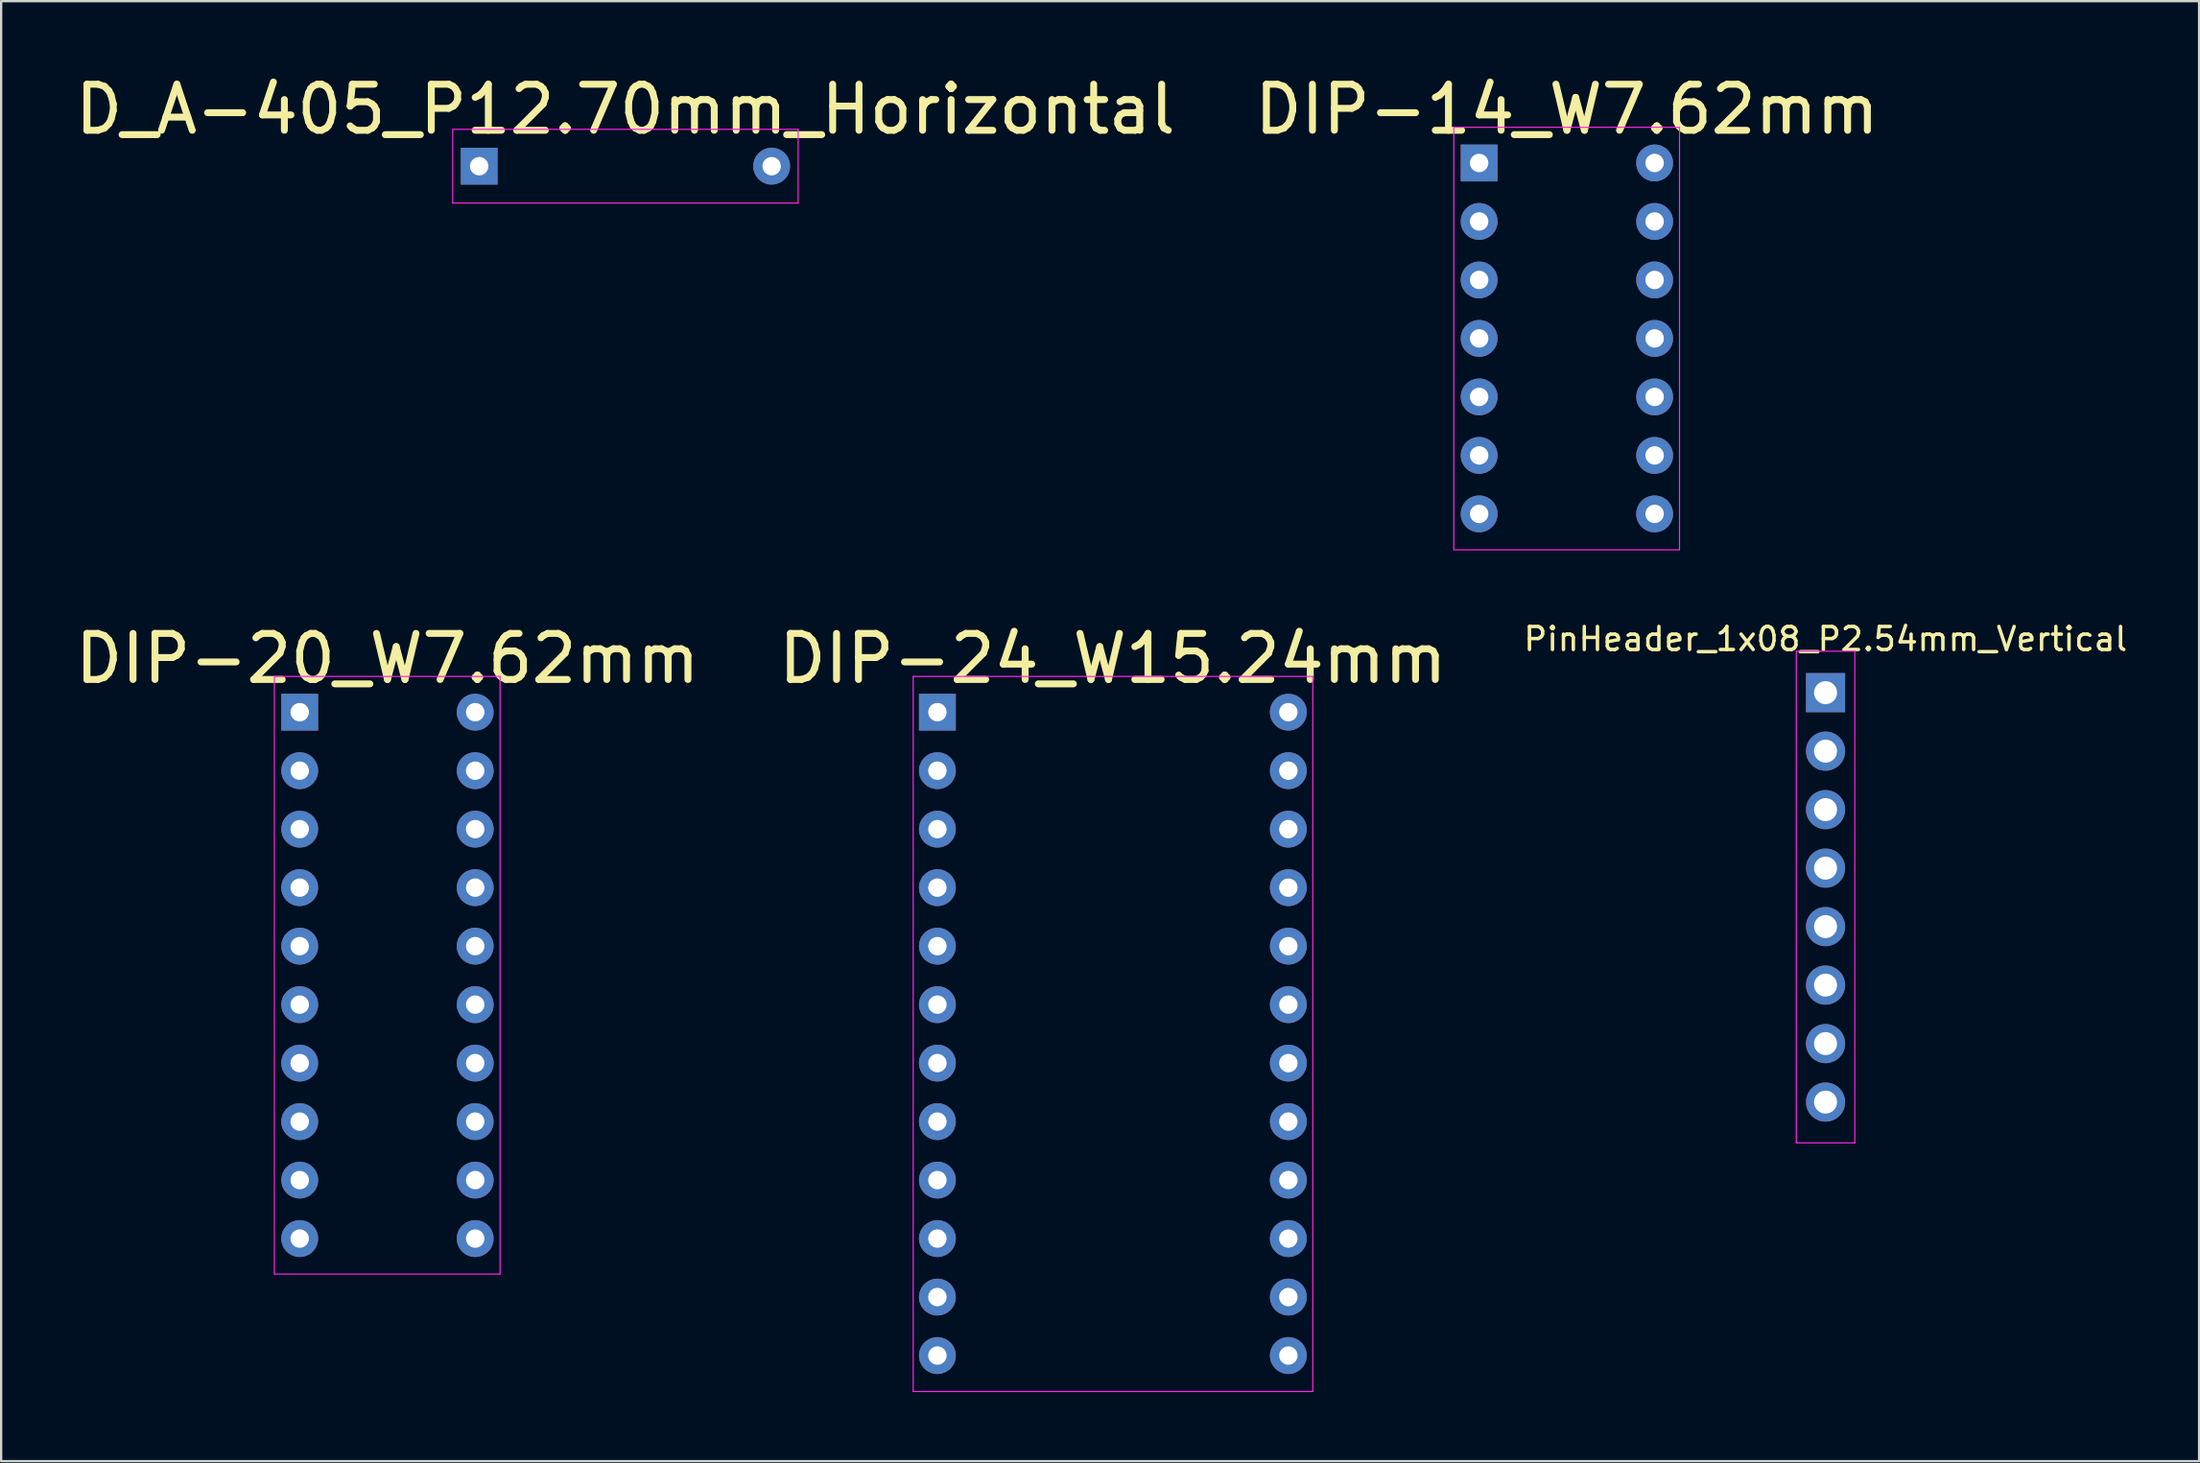
<source format=kicad_pcb>
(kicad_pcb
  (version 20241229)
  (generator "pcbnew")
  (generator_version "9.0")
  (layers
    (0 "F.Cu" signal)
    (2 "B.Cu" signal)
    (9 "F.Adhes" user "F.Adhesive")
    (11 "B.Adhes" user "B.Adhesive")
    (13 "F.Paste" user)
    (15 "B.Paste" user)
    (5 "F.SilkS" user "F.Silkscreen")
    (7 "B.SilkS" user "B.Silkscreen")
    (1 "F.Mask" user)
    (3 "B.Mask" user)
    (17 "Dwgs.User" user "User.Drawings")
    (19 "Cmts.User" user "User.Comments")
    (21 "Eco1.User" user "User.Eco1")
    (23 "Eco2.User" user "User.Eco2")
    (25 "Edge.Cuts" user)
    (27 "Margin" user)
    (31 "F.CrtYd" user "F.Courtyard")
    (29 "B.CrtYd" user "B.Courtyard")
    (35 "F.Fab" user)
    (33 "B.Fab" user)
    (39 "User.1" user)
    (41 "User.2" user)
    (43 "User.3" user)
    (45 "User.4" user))
  (footprint "DIP-24_W15.24mm"
    (layer "F.Cu")
    (at 37.654 27.878)
    (property "Reference" "DIP-24_W15.24mm" (at 7.62 -2.33 0) (layer "F.SilkS") (effects (font (size 2 2) (thickness 0.3))))
    (attr through_hole)
    (fp_line (start -1.05 -1.55) (end -1.05 29.5) (stroke (width 0.05) (type solid)) (layer "F.CrtYd"))
    (fp_line (start -1.05 29.5) (end 16.3 29.5) (stroke (width 0.05) (type solid)) (layer "F.CrtYd"))
    (fp_line (start 16.3 -1.55) (end -1.05 -1.55) (stroke (width 0.05) (type solid)) (layer "F.CrtYd"))
    (fp_line (start 16.3 29.5) (end 16.3 -1.55) (stroke (width 0.05) (type solid)) (layer "F.CrtYd"))
    (pad "1" thru_hole rect (at 0 0) (size 1.6 1.6) (drill 0.8) (layers "*.Cu" "*.Mask"))
    (pad "2" thru_hole oval (at 0 2.54) (size 1.6 1.6) (drill 0.8) (layers "*.Cu" "*.Mask"))
    (pad "3" thru_hole oval (at 0 5.08) (size 1.6 1.6) (drill 0.8) (layers "*.Cu" "*.Mask"))
    (pad "4" thru_hole oval (at 0 7.62) (size 1.6 1.6) (drill 0.8) (layers "*.Cu" "*.Mask"))
    (pad "5" thru_hole oval (at 0 10.16) (size 1.6 1.6) (drill 0.8) (layers "*.Cu" "*.Mask"))
    (pad "6" thru_hole oval (at 0 12.7) (size 1.6 1.6) (drill 0.8) (layers "*.Cu" "*.Mask"))
    (pad "7" thru_hole oval (at 0 15.24) (size 1.6 1.6) (drill 0.8) (layers "*.Cu" "*.Mask"))
    (pad "8" thru_hole oval (at 0 17.78) (size 1.6 1.6) (drill 0.8) (layers "*.Cu" "*.Mask"))
    (pad "9" thru_hole oval (at 0 20.32) (size 1.6 1.6) (drill 0.8) (layers "*.Cu" "*.Mask"))
    (pad "10" thru_hole oval (at 0 22.86) (size 1.6 1.6) (drill 0.8) (layers "*.Cu" "*.Mask"))
    (pad "11" thru_hole oval (at 0 25.4) (size 1.6 1.6) (drill 0.8) (layers "*.Cu" "*.Mask"))
    (pad "12" thru_hole oval (at 0 27.94) (size 1.6 1.6) (drill 0.8) (layers "*.Cu" "*.Mask"))
    (pad "13" thru_hole oval (at 15.24 27.94) (size 1.6 1.6) (drill 0.8) (layers "*.Cu" "*.Mask"))
    (pad "14" thru_hole oval (at 15.24 25.4) (size 1.6 1.6) (drill 0.8) (layers "*.Cu" "*.Mask"))
    (pad "15" thru_hole oval (at 15.24 22.86) (size 1.6 1.6) (drill 0.8) (layers "*.Cu" "*.Mask"))
    (pad "16" thru_hole oval (at 15.24 20.32) (size 1.6 1.6) (drill 0.8) (layers "*.Cu" "*.Mask"))
    (pad "17" thru_hole oval (at 15.24 17.78) (size 1.6 1.6) (drill 0.8) (layers "*.Cu" "*.Mask"))
    (pad "18" thru_hole oval (at 15.24 15.24) (size 1.6 1.6) (drill 0.8) (layers "*.Cu" "*.Mask"))
    (pad "19" thru_hole oval (at 15.24 12.7) (size 1.6 1.6) (drill 0.8) (layers "*.Cu" "*.Mask"))
    (pad "20" thru_hole oval (at 15.24 10.16) (size 1.6 1.6) (drill 0.8) (layers "*.Cu" "*.Mask"))
    (pad "21" thru_hole oval (at 15.24 7.62) (size 1.6 1.6) (drill 0.8) (layers "*.Cu" "*.Mask"))
    (pad "22" thru_hole oval (at 15.24 5.08) (size 1.6 1.6) (drill 0.8) (layers "*.Cu" "*.Mask"))
    (pad "23" thru_hole oval (at 15.24 2.54) (size 1.6 1.6) (drill 0.8) (layers "*.Cu" "*.Mask"))
    (pad "24" thru_hole oval (at 15.24 0) (size 1.6 1.6) (drill 0.8) (layers "*.Cu" "*.Mask")))
  (footprint "PinHeader_1x08_P2.54mm_Vertical"
    (layer "F.Cu")
    (at 76.22 27.03)
    (property "Reference" "PinHeader_1x08_P2.54mm_Vertical" (at 0 -2.33 0) (layer "F.SilkS") (effects (font (size 1 1) (thickness 0.15))))
    (attr through_hole)
    (fp_line (start -1.27 -1.8) (end -1.27 19.55) (stroke (width 0.05) (type solid)) (layer "F.CrtYd"))
    (fp_line (start -1.27 19.55) (end 1.27 19.55) (stroke (width 0.05) (type solid)) (layer "F.CrtYd"))
    (fp_line (start 1.27 -1.8) (end -1.27 -1.8) (stroke (width 0.05) (type solid)) (layer "F.CrtYd"))
    (fp_line (start 1.27 19.55) (end 1.27 -1.8) (stroke (width 0.05) (type solid)) (layer "F.CrtYd"))
    (pad "1" thru_hole rect (at 0 0) (size 1.7 1.7) (drill 1) (layers "*.Cu" "*.Mask"))
    (pad "2" thru_hole oval (at 0 2.54) (size 1.7 1.7) (drill 1) (layers "*.Cu" "*.Mask"))
    (pad "3" thru_hole oval (at 0 5.08) (size 1.7 1.7) (drill 1) (layers "*.Cu" "*.Mask"))
    (pad "4" thru_hole oval (at 0 7.62) (size 1.7 1.7) (drill 1) (layers "*.Cu" "*.Mask"))
    (pad "5" thru_hole oval (at 0 10.16) (size 1.7 1.7) (drill 1) (layers "*.Cu" "*.Mask"))
    (pad "6" thru_hole oval (at 0 12.7) (size 1.7 1.7) (drill 1) (layers "*.Cu" "*.Mask"))
    (pad "7" thru_hole oval (at 0 15.24) (size 1.7 1.7) (drill 1) (layers "*.Cu" "*.Mask"))
    (pad "8" thru_hole oval (at 0 17.78) (size 1.7 1.7) (drill 1) (layers "*.Cu" "*.Mask")))
  (footprint "DIP-14_W7.62mm"
    (layer "F.Cu")
    (at 61.178 4.027)
    (property "Reference" "DIP-14_W7.62mm" (at 3.81 -2.33 0) (layer "F.SilkS") (effects (font (size 2 2) (thickness 0.3))))
    (attr through_hole)
    (fp_line (start -1.1 -1.55) (end -1.1 16.8) (stroke (width 0.05) (type solid)) (layer "F.CrtYd"))
    (fp_line (start -1.1 16.8) (end 8.7 16.8) (stroke (width 0.05) (type solid)) (layer "F.CrtYd"))
    (fp_line (start 8.7 -1.55) (end -1.1 -1.55) (stroke (width 0.05) (type solid)) (layer "F.CrtYd"))
    (fp_line (start 8.7 16.8) (end 8.7 -1.55) (stroke (width 0.05) (type solid)) (layer "F.CrtYd"))
    (pad "1" thru_hole rect (at 0 0) (size 1.6 1.6) (drill 0.8) (layers "*.Cu" "*.Mask"))
    (pad "2" thru_hole oval (at 0 2.54) (size 1.6 1.6) (drill 0.8) (layers "*.Cu" "*.Mask"))
    (pad "3" thru_hole oval (at 0 5.08) (size 1.6 1.6) (drill 0.8) (layers "*.Cu" "*.Mask"))
    (pad "4" thru_hole oval (at 0 7.62) (size 1.6 1.6) (drill 0.8) (layers "*.Cu" "*.Mask"))
    (pad "5" thru_hole oval (at 0 10.16) (size 1.6 1.6) (drill 0.8) (layers "*.Cu" "*.Mask"))
    (pad "6" thru_hole oval (at 0 12.7) (size 1.6 1.6) (drill 0.8) (layers "*.Cu" "*.Mask"))
    (pad "7" thru_hole oval (at 0 15.24) (size 1.6 1.6) (drill 0.8) (layers "*.Cu" "*.Mask"))
    (pad "8" thru_hole oval (at 7.62 15.24) (size 1.6 1.6) (drill 0.8) (layers "*.Cu" "*.Mask"))
    (pad "9" thru_hole oval (at 7.62 12.7) (size 1.6 1.6) (drill 0.8) (layers "*.Cu" "*.Mask"))
    (pad "10" thru_hole oval (at 7.62 10.16) (size 1.6 1.6) (drill 0.8) (layers "*.Cu" "*.Mask"))
    (pad "11" thru_hole oval (at 7.62 7.62) (size 1.6 1.6) (drill 0.8) (layers "*.Cu" "*.Mask"))
    (pad "12" thru_hole oval (at 7.62 5.08) (size 1.6 1.6) (drill 0.8) (layers "*.Cu" "*.Mask"))
    (pad "13" thru_hole oval (at 7.62 2.54) (size 1.6 1.6) (drill 0.8) (layers "*.Cu" "*.Mask"))
    (pad "14" thru_hole oval (at 7.62 0) (size 1.6 1.6) (drill 0.8) (layers "*.Cu" "*.Mask")))
  (footprint "D_A-405_P12.70mm_Horizontal"
    (layer "F.Cu")
    (at 17.757 4.167)
    (property "Reference" "D_A-405_P12.70mm_Horizontal" (at 6.35 -2.47 0) (layer "F.SilkS") (effects (font (size 2 2) (thickness 0.3))))
    (attr through_hole)
    (fp_line (start -1.15 -1.6) (end -1.15 1.6) (stroke (width 0.05) (type solid)) (layer "F.CrtYd"))
    (fp_line (start -1.15 1.6) (end 13.85 1.6) (stroke (width 0.05) (type solid)) (layer "F.CrtYd"))
    (fp_line (start 13.85 -1.6) (end -1.15 -1.6) (stroke (width 0.05) (type solid)) (layer "F.CrtYd"))
    (fp_line (start 13.85 1.6) (end 13.85 -1.6) (stroke (width 0.05) (type solid)) (layer "F.CrtYd"))
    (pad "1" thru_hole rect (at 0 0) (size 1.6 1.6) (drill 0.8) (layers "*.Cu" "*.Mask"))
    (pad "2" thru_hole oval (at 12.7 0) (size 1.6 1.6) (drill 0.8) (layers "*.Cu" "*.Mask")))
  (footprint "DIP-20_W7.62mm"
    (layer "F.Cu")
    (at 9.964 27.878)
    (property "Reference" "DIP-20_W7.62mm" (at 3.81 -2.33 0) (layer "F.SilkS") (effects (font (size 2 2) (thickness 0.3))))
    (attr through_hole)
    (fp_line (start -1.1 -1.55) (end -1.1 24.4) (stroke (width 0.05) (type solid)) (layer "F.CrtYd"))
    (fp_line (start -1.1 24.4) (end 8.7 24.4) (stroke (width 0.05) (type solid)) (layer "F.CrtYd"))
    (fp_line (start 8.7 -1.55) (end -1.1 -1.55) (stroke (width 0.05) (type solid)) (layer "F.CrtYd"))
    (fp_line (start 8.7 24.4) (end 8.7 -1.55) (stroke (width 0.05) (type solid)) (layer "F.CrtYd"))
    (pad "1" thru_hole rect (at 0 0) (size 1.6 1.6) (drill 0.8) (layers "*.Cu" "*.Mask"))
    (pad "2" thru_hole oval (at 0 2.54) (size 1.6 1.6) (drill 0.8) (layers "*.Cu" "*.Mask"))
    (pad "3" thru_hole oval (at 0 5.08) (size 1.6 1.6) (drill 0.8) (layers "*.Cu" "*.Mask"))
    (pad "4" thru_hole oval (at 0 7.62) (size 1.6 1.6) (drill 0.8) (layers "*.Cu" "*.Mask"))
    (pad "5" thru_hole oval (at 0 10.16) (size 1.6 1.6) (drill 0.8) (layers "*.Cu" "*.Mask"))
    (pad "6" thru_hole oval (at 0 12.7) (size 1.6 1.6) (drill 0.8) (layers "*.Cu" "*.Mask"))
    (pad "7" thru_hole oval (at 0 15.24) (size 1.6 1.6) (drill 0.8) (layers "*.Cu" "*.Mask"))
    (pad "8" thru_hole oval (at 0 17.78) (size 1.6 1.6) (drill 0.8) (layers "*.Cu" "*.Mask"))
    (pad "9" thru_hole oval (at 0 20.32) (size 1.6 1.6) (drill 0.8) (layers "*.Cu" "*.Mask"))
    (pad "10" thru_hole oval (at 0 22.86) (size 1.6 1.6) (drill 0.8) (layers "*.Cu" "*.Mask"))
    (pad "11" thru_hole oval (at 7.62 22.86) (size 1.6 1.6) (drill 0.8) (layers "*.Cu" "*.Mask"))
    (pad "12" thru_hole oval (at 7.62 20.32) (size 1.6 1.6) (drill 0.8) (layers "*.Cu" "*.Mask"))
    (pad "13" thru_hole oval (at 7.62 17.78) (size 1.6 1.6) (drill 0.8) (layers "*.Cu" "*.Mask"))
    (pad "14" thru_hole oval (at 7.62 15.24) (size 1.6 1.6) (drill 0.8) (layers "*.Cu" "*.Mask"))
    (pad "15" thru_hole oval (at 7.62 12.7) (size 1.6 1.6) (drill 0.8) (layers "*.Cu" "*.Mask"))
    (pad "16" thru_hole oval (at 7.62 10.16) (size 1.6 1.6) (drill 0.8) (layers "*.Cu" "*.Mask"))
    (pad "17" thru_hole oval (at 7.62 7.62) (size 1.6 1.6) (drill 0.8) (layers "*.Cu" "*.Mask"))
    (pad "18" thru_hole oval (at 7.62 5.08) (size 1.6 1.6) (drill 0.8) (layers "*.Cu" "*.Mask"))
    (pad "19" thru_hole oval (at 7.62 2.54) (size 1.6 1.6) (drill 0.8) (layers "*.Cu" "*.Mask"))
    (pad "20" thru_hole oval (at 7.62 0) (size 1.6 1.6) (drill 0.8) (layers "*.Cu" "*.Mask")))
  (gr_rect
    (start -3 -3)
    (end 92.44 60.403)
    (stroke (width 0.1) (type default))
    (fill no)
    (layer "Edge.Cuts")))
</source>
